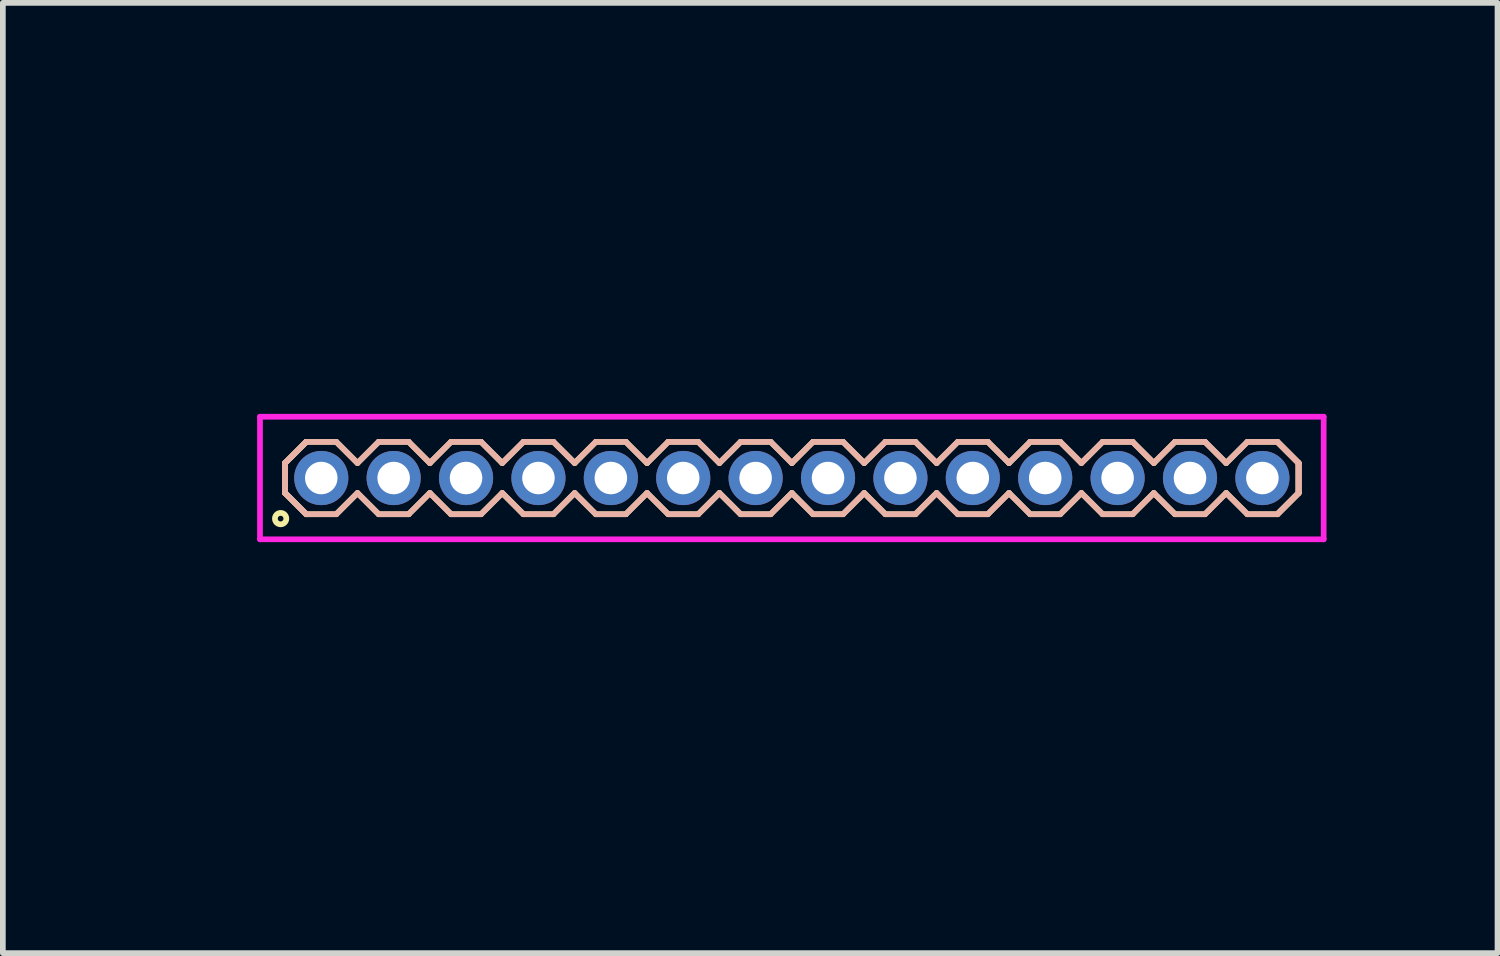
<source format=kicad_pcb>
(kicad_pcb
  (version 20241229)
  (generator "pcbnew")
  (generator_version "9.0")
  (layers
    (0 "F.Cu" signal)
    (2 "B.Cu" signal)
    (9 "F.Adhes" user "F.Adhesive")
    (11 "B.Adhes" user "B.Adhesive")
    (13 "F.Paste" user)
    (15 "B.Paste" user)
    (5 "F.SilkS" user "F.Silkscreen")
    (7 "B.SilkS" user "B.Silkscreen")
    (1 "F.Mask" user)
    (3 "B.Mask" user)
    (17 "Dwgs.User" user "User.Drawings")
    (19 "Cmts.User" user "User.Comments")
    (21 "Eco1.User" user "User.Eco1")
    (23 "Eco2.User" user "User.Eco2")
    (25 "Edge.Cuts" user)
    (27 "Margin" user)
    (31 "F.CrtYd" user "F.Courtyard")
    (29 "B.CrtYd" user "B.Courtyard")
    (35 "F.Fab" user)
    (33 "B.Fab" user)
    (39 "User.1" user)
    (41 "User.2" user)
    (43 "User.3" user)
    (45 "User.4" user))
  (footprint "HDR127P14x1"
    (layer "F.Cu")
    (at 10.841 5.336)
    (property "Reference" "HDR127P14x1" (at -10.08 0 90) (layer "User.1") (effects (font (size 1 1) (thickness 0.1))))
    (attr through_hole)
    (fp_line (start -8.89 -0.263) (end -8.518 -0.635) (stroke (width 0.1) (type solid)) (layer "F.SilkS"))
    (fp_line (start -8.89 -0.263) (end -8.518 -0.635) (stroke (width 0.1) (type solid)) (layer "F.SilkS"))
    (fp_line (start -8.89 0.263) (end -8.89 -0.263) (stroke (width 0.1) (type solid)) (layer "F.SilkS"))
    (fp_line (start -8.89 0.263) (end -8.89 -0.263) (stroke (width 0.1) (type solid)) (layer "F.SilkS"))
    (fp_line (start -8.518 -0.635) (end -7.992 -0.635) (stroke (width 0.1) (type solid)) (layer "F.SilkS"))
    (fp_line (start -8.518 0.635) (end -8.89 0.263) (stroke (width 0.1) (type solid)) (layer "F.SilkS"))
    (fp_line (start -8.518 0.635) (end -8.89 0.263) (stroke (width 0.1) (type solid)) (layer "F.SilkS"))
    (fp_line (start -7.992 -0.635) (end -7.62 -0.263) (stroke (width 0.1) (type solid)) (layer "F.SilkS"))
    (fp_line (start -7.992 0.635) (end -8.518 0.635) (stroke (width 0.1) (type solid)) (layer "F.SilkS"))
    (fp_line (start -7.62 -0.263) (end -7.248 -0.635) (stroke (width 0.1) (type solid)) (layer "F.SilkS"))
    (fp_line (start -7.62 0.263) (end -7.992 0.635) (stroke (width 0.1) (type solid)) (layer "F.SilkS"))
    (fp_line (start -7.248 -0.635) (end -6.722 -0.635) (stroke (width 0.1) (type solid)) (layer "F.SilkS"))
    (fp_line (start -7.248 0.635) (end -7.62 0.263) (stroke (width 0.1) (type solid)) (layer "F.SilkS"))
    (fp_line (start -6.722 -0.635) (end -6.35 -0.263) (stroke (width 0.1) (type solid)) (layer "F.SilkS"))
    (fp_line (start -6.722 0.635) (end -7.248 0.635) (stroke (width 0.1) (type solid)) (layer "F.SilkS"))
    (fp_line (start -6.35 -0.263) (end -5.978 -0.635) (stroke (width 0.1) (type solid)) (layer "F.SilkS"))
    (fp_line (start -6.35 0.263) (end -6.722 0.635) (stroke (width 0.1) (type solid)) (layer "F.SilkS"))
    (fp_line (start -5.978 -0.635) (end -5.452 -0.635) (stroke (width 0.1) (type solid)) (layer "F.SilkS"))
    (fp_line (start -5.978 0.635) (end -6.35 0.263) (stroke (width 0.1) (type solid)) (layer "F.SilkS"))
    (fp_line (start -5.452 -0.635) (end -5.08 -0.263) (stroke (width 0.1) (type solid)) (layer "F.SilkS"))
    (fp_line (start -5.452 0.635) (end -5.978 0.635) (stroke (width 0.1) (type solid)) (layer "F.SilkS"))
    (fp_line (start -5.08 -0.263) (end -4.708 -0.635) (stroke (width 0.1) (type solid)) (layer "F.SilkS"))
    (fp_line (start -5.08 0.263) (end -5.452 0.635) (stroke (width 0.1) (type solid)) (layer "F.SilkS"))
    (fp_line (start -4.708 -0.635) (end -4.182 -0.635) (stroke (width 0.1) (type solid)) (layer "F.SilkS"))
    (fp_line (start -4.708 0.635) (end -5.08 0.263) (stroke (width 0.1) (type solid)) (layer "F.SilkS"))
    (fp_line (start -4.182 -0.635) (end -3.81 -0.263) (stroke (width 0.1) (type solid)) (layer "F.SilkS"))
    (fp_line (start -4.182 0.635) (end -4.708 0.635) (stroke (width 0.1) (type solid)) (layer "F.SilkS"))
    (fp_line (start -3.81 -0.263) (end -3.438 -0.635) (stroke (width 0.1) (type solid)) (layer "F.SilkS"))
    (fp_line (start -3.81 0.263) (end -4.182 0.635) (stroke (width 0.1) (type solid)) (layer "F.SilkS"))
    (fp_line (start -3.438 -0.635) (end -2.912 -0.635) (stroke (width 0.1) (type solid)) (layer "F.SilkS"))
    (fp_line (start -3.438 0.635) (end -3.81 0.263) (stroke (width 0.1) (type solid)) (layer "F.SilkS"))
    (fp_line (start -2.912 -0.635) (end -2.54 -0.263) (stroke (width 0.1) (type solid)) (layer "F.SilkS"))
    (fp_line (start -2.912 0.635) (end -3.438 0.635) (stroke (width 0.1) (type solid)) (layer "F.SilkS"))
    (fp_line (start -2.54 -0.263) (end -2.168 -0.635) (stroke (width 0.1) (type solid)) (layer "F.SilkS"))
    (fp_line (start -2.54 0.263) (end -2.912 0.635) (stroke (width 0.1) (type solid)) (layer "F.SilkS"))
    (fp_line (start -2.168 -0.635) (end -1.642 -0.635) (stroke (width 0.1) (type solid)) (layer "F.SilkS"))
    (fp_line (start -2.168 0.635) (end -2.54 0.263) (stroke (width 0.1) (type solid)) (layer "F.SilkS"))
    (fp_line (start -1.642 -0.635) (end -1.27 -0.263) (stroke (width 0.1) (type solid)) (layer "F.SilkS"))
    (fp_line (start -1.642 0.635) (end -2.168 0.635) (stroke (width 0.1) (type solid)) (layer "F.SilkS"))
    (fp_line (start -1.27 -0.263) (end -0.898 -0.635) (stroke (width 0.1) (type solid)) (layer "F.SilkS"))
    (fp_line (start -1.27 0.263) (end -1.642 0.635) (stroke (width 0.1) (type solid)) (layer "F.SilkS"))
    (fp_line (start -0.898 -0.635) (end -0.372 -0.635) (stroke (width 0.1) (type solid)) (layer "F.SilkS"))
    (fp_line (start -0.898 0.635) (end -1.27 0.263) (stroke (width 0.1) (type solid)) (layer "F.SilkS"))
    (fp_line (start -0.372 -0.635) (end 0 -0.263) (stroke (width 0.1) (type solid)) (layer "F.SilkS"))
    (fp_line (start -0.372 0.635) (end -0.898 0.635) (stroke (width 0.1) (type solid)) (layer "F.SilkS"))
    (fp_line (start 0 -0.263) (end 0.372 -0.635) (stroke (width 0.1) (type solid)) (layer "F.SilkS"))
    (fp_line (start 0 0.263) (end -0.372 0.635) (stroke (width 0.1) (type solid)) (layer "F.SilkS"))
    (fp_line (start 0.372 -0.635) (end 0.898 -0.635) (stroke (width 0.1) (type solid)) (layer "F.SilkS"))
    (fp_line (start 0.372 0.635) (end 0 0.263) (stroke (width 0.1) (type solid)) (layer "F.SilkS"))
    (fp_line (start 0.898 -0.635) (end 1.27 -0.263) (stroke (width 0.1) (type solid)) (layer "F.SilkS"))
    (fp_line (start 0.898 0.635) (end 0.372 0.635) (stroke (width 0.1) (type solid)) (layer "F.SilkS"))
    (fp_line (start 1.27 -0.263) (end 1.642 -0.635) (stroke (width 0.1) (type solid)) (layer "F.SilkS"))
    (fp_line (start 1.27 0.263) (end 0.898 0.635) (stroke (width 0.1) (type solid)) (layer "F.SilkS"))
    (fp_line (start 1.642 -0.635) (end 2.168 -0.635) (stroke (width 0.1) (type solid)) (layer "F.SilkS"))
    (fp_line (start 1.642 0.635) (end 1.27 0.263) (stroke (width 0.1) (type solid)) (layer "F.SilkS"))
    (fp_line (start 2.168 -0.635) (end 2.54 -0.263) (stroke (width 0.1) (type solid)) (layer "F.SilkS"))
    (fp_line (start 2.168 0.635) (end 1.642 0.635) (stroke (width 0.1) (type solid)) (layer "F.SilkS"))
    (fp_line (start 2.54 -0.263) (end 2.912 -0.635) (stroke (width 0.1) (type solid)) (layer "F.SilkS"))
    (fp_line (start 2.54 0.263) (end 2.168 0.635) (stroke (width 0.1) (type solid)) (layer "F.SilkS"))
    (fp_line (start 2.912 -0.635) (end 3.438 -0.635) (stroke (width 0.1) (type solid)) (layer "F.SilkS"))
    (fp_line (start 2.912 0.635) (end 2.54 0.263) (stroke (width 0.1) (type solid)) (layer "F.SilkS"))
    (fp_line (start 3.438 -0.635) (end 3.81 -0.263) (stroke (width 0.1) (type solid)) (layer "F.SilkS"))
    (fp_line (start 3.438 0.635) (end 2.912 0.635) (stroke (width 0.1) (type solid)) (layer "F.SilkS"))
    (fp_line (start 3.81 -0.263) (end 4.182 -0.635) (stroke (width 0.1) (type solid)) (layer "F.SilkS"))
    (fp_line (start 3.81 0.263) (end 3.438 0.635) (stroke (width 0.1) (type solid)) (layer "F.SilkS"))
    (fp_line (start 4.182 -0.635) (end 4.708 -0.635) (stroke (width 0.1) (type solid)) (layer "F.SilkS"))
    (fp_line (start 4.182 0.635) (end 3.81 0.263) (stroke (width 0.1) (type solid)) (layer "F.SilkS"))
    (fp_line (start 4.708 -0.635) (end 5.08 -0.263) (stroke (width 0.1) (type solid)) (layer "F.SilkS"))
    (fp_line (start 4.708 0.635) (end 4.182 0.635) (stroke (width 0.1) (type solid)) (layer "F.SilkS"))
    (fp_line (start 5.08 -0.263) (end 5.452 -0.635) (stroke (width 0.1) (type solid)) (layer "F.SilkS"))
    (fp_line (start 5.08 0.263) (end 4.708 0.635) (stroke (width 0.1) (type solid)) (layer "F.SilkS"))
    (fp_line (start 5.452 -0.635) (end 5.978 -0.635) (stroke (width 0.1) (type solid)) (layer "F.SilkS"))
    (fp_line (start 5.452 0.635) (end 5.08 0.263) (stroke (width 0.1) (type solid)) (layer "F.SilkS"))
    (fp_line (start 5.978 -0.635) (end 6.35 -0.263) (stroke (width 0.1) (type solid)) (layer "F.SilkS"))
    (fp_line (start 5.978 0.635) (end 5.452 0.635) (stroke (width 0.1) (type solid)) (layer "F.SilkS"))
    (fp_line (start 6.35 -0.263) (end 6.722 -0.635) (stroke (width 0.1) (type solid)) (layer "F.SilkS"))
    (fp_line (start 6.35 0.263) (end 5.978 0.635) (stroke (width 0.1) (type solid)) (layer "F.SilkS"))
    (fp_line (start 6.722 -0.635) (end 7.248 -0.635) (stroke (width 0.1) (type solid)) (layer "F.SilkS"))
    (fp_line (start 6.722 0.635) (end 6.35 0.263) (stroke (width 0.1) (type solid)) (layer "F.SilkS"))
    (fp_line (start 7.248 -0.635) (end 7.62 -0.263) (stroke (width 0.1) (type solid)) (layer "F.SilkS"))
    (fp_line (start 7.248 0.635) (end 6.722 0.635) (stroke (width 0.1) (type solid)) (layer "F.SilkS"))
    (fp_line (start 7.62 -0.263) (end 7.992 -0.635) (stroke (width 0.1) (type solid)) (layer "F.SilkS"))
    (fp_line (start 7.62 0.263) (end 7.248 0.635) (stroke (width 0.1) (type solid)) (layer "F.SilkS"))
    (fp_line (start 7.992 -0.635) (end 8.518 -0.635) (stroke (width 0.1) (type solid)) (layer "F.SilkS"))
    (fp_line (start 7.992 0.635) (end 7.62 0.263) (stroke (width 0.1) (type solid)) (layer "F.SilkS"))
    (fp_line (start 8.518 -0.635) (end 8.89 -0.263) (stroke (width 0.1) (type solid)) (layer "F.SilkS"))
    (fp_line (start 8.518 -0.635) (end 8.89 -0.263) (stroke (width 0.1) (type solid)) (layer "F.SilkS"))
    (fp_line (start 8.518 0.635) (end 7.992 0.635) (stroke (width 0.1) (type solid)) (layer "F.SilkS"))
    (fp_line (start 8.89 -0.263) (end 8.89 0.263) (stroke (width 0.1) (type solid)) (layer "F.SilkS"))
    (fp_line (start 8.89 -0.263) (end 8.89 0.263) (stroke (width 0.1) (type solid)) (layer "F.SilkS"))
    (fp_line (start 8.89 0.263) (end 8.518 0.635) (stroke (width 0.1) (type solid)) (layer "F.SilkS"))
    (fp_line (start 8.89 0.263) (end 8.518 0.635) (stroke (width 0.1) (type solid)) (layer "F.SilkS"))
    (fp_circle (center -8.968 0.712) (end -8.868 0.712) (stroke (width 0.1) (type solid)) (fill no) (layer "F.SilkS"))
    (fp_line (start -8.89 -0.263) (end -8.518 -0.635) (stroke (width 0.1) (type solid)) (layer "B.SilkS"))
    (fp_line (start -8.89 -0.263) (end -8.518 -0.635) (stroke (width 0.1) (type solid)) (layer "B.SilkS"))
    (fp_line (start -8.89 0.263) (end -8.89 -0.263) (stroke (width 0.1) (type solid)) (layer "B.SilkS"))
    (fp_line (start -8.89 0.263) (end -8.89 -0.263) (stroke (width 0.1) (type solid)) (layer "B.SilkS"))
    (fp_line (start -8.518 -0.635) (end -7.992 -0.635) (stroke (width 0.1) (type solid)) (layer "B.SilkS"))
    (fp_line (start -8.518 0.635) (end -8.89 0.263) (stroke (width 0.1) (type solid)) (layer "B.SilkS"))
    (fp_line (start -8.518 0.635) (end -8.89 0.263) (stroke (width 0.1) (type solid)) (layer "B.SilkS"))
    (fp_line (start -7.992 -0.635) (end -7.62 -0.263) (stroke (width 0.1) (type solid)) (layer "B.SilkS"))
    (fp_line (start -7.992 0.635) (end -8.518 0.635) (stroke (width 0.1) (type solid)) (layer "B.SilkS"))
    (fp_line (start -7.62 -0.263) (end -7.248 -0.635) (stroke (width 0.1) (type solid)) (layer "B.SilkS"))
    (fp_line (start -7.62 0.263) (end -7.992 0.635) (stroke (width 0.1) (type solid)) (layer "B.SilkS"))
    (fp_line (start -7.248 -0.635) (end -6.722 -0.635) (stroke (width 0.1) (type solid)) (layer "B.SilkS"))
    (fp_line (start -7.248 0.635) (end -7.62 0.263) (stroke (width 0.1) (type solid)) (layer "B.SilkS"))
    (fp_line (start -6.722 -0.635) (end -6.35 -0.263) (stroke (width 0.1) (type solid)) (layer "B.SilkS"))
    (fp_line (start -6.722 0.635) (end -7.248 0.635) (stroke (width 0.1) (type solid)) (layer "B.SilkS"))
    (fp_line (start -6.35 -0.263) (end -5.978 -0.635) (stroke (width 0.1) (type solid)) (layer "B.SilkS"))
    (fp_line (start -6.35 0.263) (end -6.722 0.635) (stroke (width 0.1) (type solid)) (layer "B.SilkS"))
    (fp_line (start -5.978 -0.635) (end -5.452 -0.635) (stroke (width 0.1) (type solid)) (layer "B.SilkS"))
    (fp_line (start -5.978 0.635) (end -6.35 0.263) (stroke (width 0.1) (type solid)) (layer "B.SilkS"))
    (fp_line (start -5.452 -0.635) (end -5.08 -0.263) (stroke (width 0.1) (type solid)) (layer "B.SilkS"))
    (fp_line (start -5.452 0.635) (end -5.978 0.635) (stroke (width 0.1) (type solid)) (layer "B.SilkS"))
    (fp_line (start -5.08 -0.263) (end -4.708 -0.635) (stroke (width 0.1) (type solid)) (layer "B.SilkS"))
    (fp_line (start -5.08 0.263) (end -5.452 0.635) (stroke (width 0.1) (type solid)) (layer "B.SilkS"))
    (fp_line (start -4.708 -0.635) (end -4.182 -0.635) (stroke (width 0.1) (type solid)) (layer "B.SilkS"))
    (fp_line (start -4.708 0.635) (end -5.08 0.263) (stroke (width 0.1) (type solid)) (layer "B.SilkS"))
    (fp_line (start -4.182 -0.635) (end -3.81 -0.263) (stroke (width 0.1) (type solid)) (layer "B.SilkS"))
    (fp_line (start -4.182 0.635) (end -4.708 0.635) (stroke (width 0.1) (type solid)) (layer "B.SilkS"))
    (fp_line (start -3.81 -0.263) (end -3.438 -0.635) (stroke (width 0.1) (type solid)) (layer "B.SilkS"))
    (fp_line (start -3.81 0.263) (end -4.182 0.635) (stroke (width 0.1) (type solid)) (layer "B.SilkS"))
    (fp_line (start -3.438 -0.635) (end -2.912 -0.635) (stroke (width 0.1) (type solid)) (layer "B.SilkS"))
    (fp_line (start -3.438 0.635) (end -3.81 0.263) (stroke (width 0.1) (type solid)) (layer "B.SilkS"))
    (fp_line (start -2.912 -0.635) (end -2.54 -0.263) (stroke (width 0.1) (type solid)) (layer "B.SilkS"))
    (fp_line (start -2.912 0.635) (end -3.438 0.635) (stroke (width 0.1) (type solid)) (layer "B.SilkS"))
    (fp_line (start -2.54 -0.263) (end -2.168 -0.635) (stroke (width 0.1) (type solid)) (layer "B.SilkS"))
    (fp_line (start -2.54 0.263) (end -2.912 0.635) (stroke (width 0.1) (type solid)) (layer "B.SilkS"))
    (fp_line (start -2.168 -0.635) (end -1.642 -0.635) (stroke (width 0.1) (type solid)) (layer "B.SilkS"))
    (fp_line (start -2.168 0.635) (end -2.54 0.263) (stroke (width 0.1) (type solid)) (layer "B.SilkS"))
    (fp_line (start -1.642 -0.635) (end -1.27 -0.263) (stroke (width 0.1) (type solid)) (layer "B.SilkS"))
    (fp_line (start -1.642 0.635) (end -2.168 0.635) (stroke (width 0.1) (type solid)) (layer "B.SilkS"))
    (fp_line (start -1.27 -0.263) (end -0.898 -0.635) (stroke (width 0.1) (type solid)) (layer "B.SilkS"))
    (fp_line (start -1.27 0.263) (end -1.642 0.635) (stroke (width 0.1) (type solid)) (layer "B.SilkS"))
    (fp_line (start -0.898 -0.635) (end -0.372 -0.635) (stroke (width 0.1) (type solid)) (layer "B.SilkS"))
    (fp_line (start -0.898 0.635) (end -1.27 0.263) (stroke (width 0.1) (type solid)) (layer "B.SilkS"))
    (fp_line (start -0.372 -0.635) (end 0 -0.263) (stroke (width 0.1) (type solid)) (layer "B.SilkS"))
    (fp_line (start -0.372 0.635) (end -0.898 0.635) (stroke (width 0.1) (type solid)) (layer "B.SilkS"))
    (fp_line (start 0 -0.263) (end 0.372 -0.635) (stroke (width 0.1) (type solid)) (layer "B.SilkS"))
    (fp_line (start 0 0.263) (end -0.372 0.635) (stroke (width 0.1) (type solid)) (layer "B.SilkS"))
    (fp_line (start 0.372 -0.635) (end 0.898 -0.635) (stroke (width 0.1) (type solid)) (layer "B.SilkS"))
    (fp_line (start 0.372 0.635) (end 0 0.263) (stroke (width 0.1) (type solid)) (layer "B.SilkS"))
    (fp_line (start 0.898 -0.635) (end 1.27 -0.263) (stroke (width 0.1) (type solid)) (layer "B.SilkS"))
    (fp_line (start 0.898 0.635) (end 0.372 0.635) (stroke (width 0.1) (type solid)) (layer "B.SilkS"))
    (fp_line (start 1.27 -0.263) (end 1.642 -0.635) (stroke (width 0.1) (type solid)) (layer "B.SilkS"))
    (fp_line (start 1.27 0.263) (end 0.898 0.635) (stroke (width 0.1) (type solid)) (layer "B.SilkS"))
    (fp_line (start 1.642 -0.635) (end 2.168 -0.635) (stroke (width 0.1) (type solid)) (layer "B.SilkS"))
    (fp_line (start 1.642 0.635) (end 1.27 0.263) (stroke (width 0.1) (type solid)) (layer "B.SilkS"))
    (fp_line (start 2.168 -0.635) (end 2.54 -0.263) (stroke (width 0.1) (type solid)) (layer "B.SilkS"))
    (fp_line (start 2.168 0.635) (end 1.642 0.635) (stroke (width 0.1) (type solid)) (layer "B.SilkS"))
    (fp_line (start 2.54 -0.263) (end 2.912 -0.635) (stroke (width 0.1) (type solid)) (layer "B.SilkS"))
    (fp_line (start 2.54 0.263) (end 2.168 0.635) (stroke (width 0.1) (type solid)) (layer "B.SilkS"))
    (fp_line (start 2.912 -0.635) (end 3.438 -0.635) (stroke (width 0.1) (type solid)) (layer "B.SilkS"))
    (fp_line (start 2.912 0.635) (end 2.54 0.263) (stroke (width 0.1) (type solid)) (layer "B.SilkS"))
    (fp_line (start 3.438 -0.635) (end 3.81 -0.263) (stroke (width 0.1) (type solid)) (layer "B.SilkS"))
    (fp_line (start 3.438 0.635) (end 2.912 0.635) (stroke (width 0.1) (type solid)) (layer "B.SilkS"))
    (fp_line (start 3.81 -0.263) (end 4.182 -0.635) (stroke (width 0.1) (type solid)) (layer "B.SilkS"))
    (fp_line (start 3.81 0.263) (end 3.438 0.635) (stroke (width 0.1) (type solid)) (layer "B.SilkS"))
    (fp_line (start 4.182 -0.635) (end 4.708 -0.635) (stroke (width 0.1) (type solid)) (layer "B.SilkS"))
    (fp_line (start 4.182 0.635) (end 3.81 0.263) (stroke (width 0.1) (type solid)) (layer "B.SilkS"))
    (fp_line (start 4.708 -0.635) (end 5.08 -0.263) (stroke (width 0.1) (type solid)) (layer "B.SilkS"))
    (fp_line (start 4.708 0.635) (end 4.182 0.635) (stroke (width 0.1) (type solid)) (layer "B.SilkS"))
    (fp_line (start 5.08 -0.263) (end 5.452 -0.635) (stroke (width 0.1) (type solid)) (layer "B.SilkS"))
    (fp_line (start 5.08 0.263) (end 4.708 0.635) (stroke (width 0.1) (type solid)) (layer "B.SilkS"))
    (fp_line (start 5.452 -0.635) (end 5.978 -0.635) (stroke (width 0.1) (type solid)) (layer "B.SilkS"))
    (fp_line (start 5.452 0.635) (end 5.08 0.263) (stroke (width 0.1) (type solid)) (layer "B.SilkS"))
    (fp_line (start 5.978 -0.635) (end 6.35 -0.263) (stroke (width 0.1) (type solid)) (layer "B.SilkS"))
    (fp_line (start 5.978 0.635) (end 5.452 0.635) (stroke (width 0.1) (type solid)) (layer "B.SilkS"))
    (fp_line (start 6.35 -0.263) (end 6.722 -0.635) (stroke (width 0.1) (type solid)) (layer "B.SilkS"))
    (fp_line (start 6.35 0.263) (end 5.978 0.635) (stroke (width 0.1) (type solid)) (layer "B.SilkS"))
    (fp_line (start 6.722 -0.635) (end 7.248 -0.635) (stroke (width 0.1) (type solid)) (layer "B.SilkS"))
    (fp_line (start 6.722 0.635) (end 6.35 0.263) (stroke (width 0.1) (type solid)) (layer "B.SilkS"))
    (fp_line (start 7.248 -0.635) (end 7.62 -0.263) (stroke (width 0.1) (type solid)) (layer "B.SilkS"))
    (fp_line (start 7.248 0.635) (end 6.722 0.635) (stroke (width 0.1) (type solid)) (layer "B.SilkS"))
    (fp_line (start 7.62 -0.263) (end 7.992 -0.635) (stroke (width 0.1) (type solid)) (layer "B.SilkS"))
    (fp_line (start 7.62 0.263) (end 7.248 0.635) (stroke (width 0.1) (type solid)) (layer "B.SilkS"))
    (fp_line (start 7.992 -0.635) (end 8.518 -0.635) (stroke (width 0.1) (type solid)) (layer "B.SilkS"))
    (fp_line (start 7.992 0.635) (end 7.62 0.263) (stroke (width 0.1) (type solid)) (layer "B.SilkS"))
    (fp_line (start 8.518 -0.635) (end 8.89 -0.263) (stroke (width 0.1) (type solid)) (layer "B.SilkS"))
    (fp_line (start 8.518 -0.635) (end 8.89 -0.263) (stroke (width 0.1) (type solid)) (layer "B.SilkS"))
    (fp_line (start 8.518 0.635) (end 7.992 0.635) (stroke (width 0.1) (type solid)) (layer "B.SilkS"))
    (fp_line (start 8.89 -0.263) (end 8.89 0.263) (stroke (width 0.1) (type solid)) (layer "B.SilkS"))
    (fp_line (start 8.89 -0.263) (end 8.89 0.263) (stroke (width 0.1) (type solid)) (layer "B.SilkS"))
    (fp_line (start 8.89 0.263) (end 8.518 0.635) (stroke (width 0.1) (type solid)) (layer "B.SilkS"))
    (fp_line (start 8.89 0.263) (end 8.518 0.635) (stroke (width 0.1) (type solid)) (layer "B.SilkS"))
    (fp_line (start -9.33 -1.075) (end -9.33 1.075) (stroke (width 0.1) (type solid)) (layer "F.CrtYd"))
    (fp_line (start -9.33 1.075) (end 9.33 1.075) (stroke (width 0.1) (type solid)) (layer "F.CrtYd"))
    (fp_line (start 9.33 -1.075) (end -9.33 -1.075) (stroke (width 0.1) (type solid)) (layer "F.CrtYd"))
    (fp_line (start 9.33 1.075) (end 9.33 -1.075) (stroke (width 0.1) (type solid)) (layer "F.CrtYd"))
    (pad "1" thru_hole oval (at -8.255 0) (size 0.95 0.95) (drill 0.57) (layers "*.Cu" "*.Mask"))
    (pad "2" thru_hole oval (at -6.985 0) (size 0.95 0.95) (drill 0.57) (layers "*.Cu" "*.Mask"))
    (pad "3" thru_hole oval (at -5.715 0) (size 0.95 0.95) (drill 0.57) (layers "*.Cu" "*.Mask"))
    (pad "4" thru_hole oval (at -4.445 0) (size 0.95 0.95) (drill 0.57) (layers "*.Cu" "*.Mask"))
    (pad "5" thru_hole oval (at -3.175 0) (size 0.95 0.95) (drill 0.57) (layers "*.Cu" "*.Mask"))
    (pad "6" thru_hole oval (at -1.905 0) (size 0.95 0.95) (drill 0.57) (layers "*.Cu" "*.Mask"))
    (pad "7" thru_hole oval (at -0.635 0) (size 0.95 0.95) (drill 0.57) (layers "*.Cu" "*.Mask"))
    (pad "8" thru_hole oval (at 0.635 0) (size 0.95 0.95) (drill 0.57) (layers "*.Cu" "*.Mask"))
    (pad "9" thru_hole oval (at 1.905 0) (size 0.95 0.95) (drill 0.57) (layers "*.Cu" "*.Mask"))
    (pad "10" thru_hole oval (at 3.175 0) (size 0.95 0.95) (drill 0.57) (layers "*.Cu" "*.Mask"))
    (pad "11" thru_hole oval (at 4.445 0) (size 0.95 0.95) (drill 0.57) (layers "*.Cu" "*.Mask"))
    (pad "12" thru_hole oval (at 5.715 0) (size 0.95 0.95) (drill 0.57) (layers "*.Cu" "*.Mask"))
    (pad "13" thru_hole oval (at 6.985 0) (size 0.95 0.95) (drill 0.57) (layers "*.Cu" "*.Mask"))
    (pad "14" thru_hole oval (at 8.255 0) (size 0.95 0.95) (drill 0.57) (layers "*.Cu" "*.Mask")))
  (gr_rect
    (start -3 -3)
    (end 23.221 13.671)
    (stroke (width 0.1) (type default))
    (fill no)
    (layer "Edge.Cuts")))
</source>
